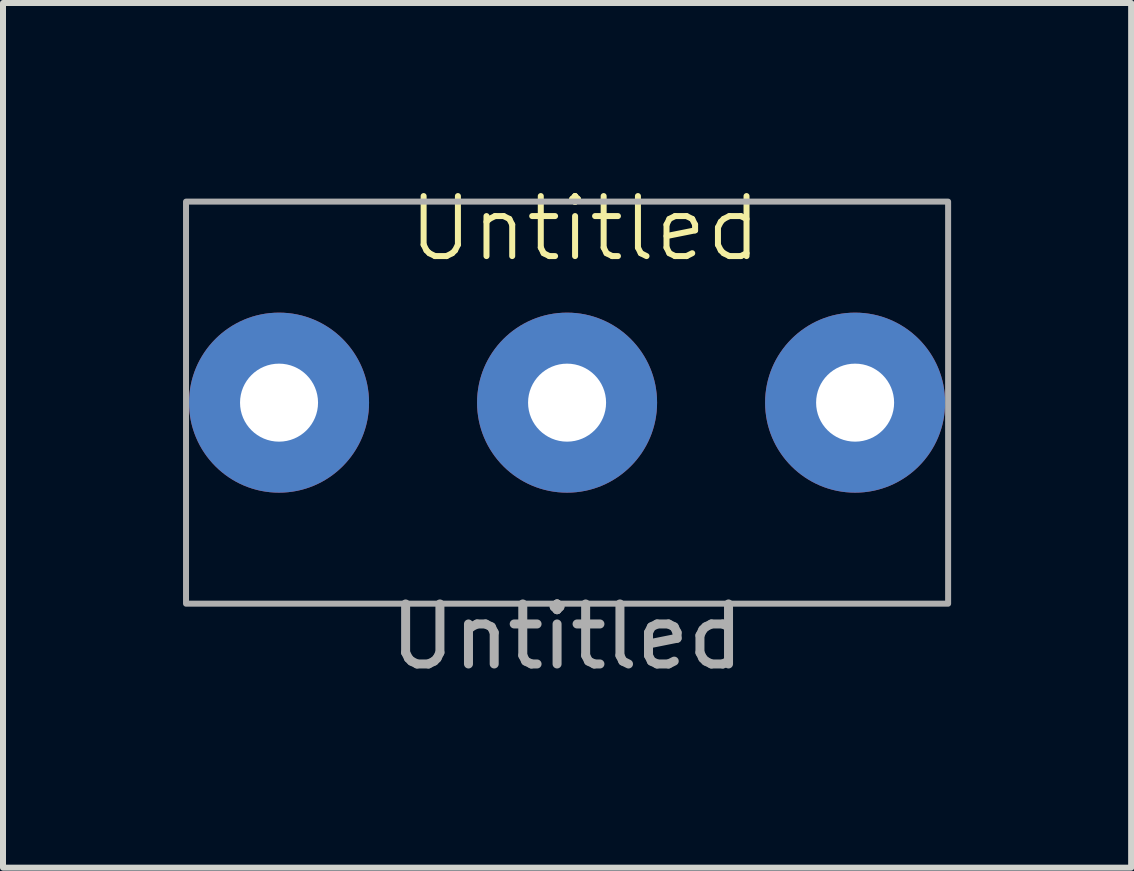
<source format=kicad_pcb>
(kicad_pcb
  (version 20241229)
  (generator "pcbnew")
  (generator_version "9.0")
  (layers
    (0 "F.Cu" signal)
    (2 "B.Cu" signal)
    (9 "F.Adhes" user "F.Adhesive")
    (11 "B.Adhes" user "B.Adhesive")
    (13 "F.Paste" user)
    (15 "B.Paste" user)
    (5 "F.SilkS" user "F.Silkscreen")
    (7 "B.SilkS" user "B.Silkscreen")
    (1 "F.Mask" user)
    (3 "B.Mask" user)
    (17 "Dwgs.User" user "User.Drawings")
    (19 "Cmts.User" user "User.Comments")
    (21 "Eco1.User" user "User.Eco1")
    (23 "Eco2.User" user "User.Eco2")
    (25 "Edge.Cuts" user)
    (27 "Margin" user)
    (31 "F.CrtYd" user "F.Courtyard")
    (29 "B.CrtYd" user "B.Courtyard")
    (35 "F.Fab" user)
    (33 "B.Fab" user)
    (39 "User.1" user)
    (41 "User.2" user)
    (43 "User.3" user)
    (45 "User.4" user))
  (footprint "Untitled"
    (layer "F.Cu")
    (at 6.4 3.66)
    (property "Reference" "Untitled" (at 0.3 -2.9 0) (unlocked yes) (layer "F.SilkS") (effects (font (size 1 1) (thickness 0.1))))
    (attr smd)
    (fp_rect (start -6.35 -3.35) (end 6.35 3.35) (stroke (width 0.1) (type solid)) (fill no) (layer "F.Fab"))
    (fp_text user "${REFERENCE}" (at 0 3.9 0) (unlocked yes) (layer "F.Fab") (effects (font (size 1 1) (thickness 0.15))))
    (pad "1" thru_hole circle (at -4.8 0) (size 3 3) (drill 1.3) (layers "*.Cu" "*.Mask"))
    (pad "2" thru_hole circle (at 0 0) (size 3 3) (drill 1.3) (layers "*.Cu" "*.Mask"))
    (pad "3" thru_hole circle (at 4.8 0) (size 3 3) (drill 1.3) (layers "*.Cu" "*.Mask")))
  (gr_rect
    (start -3 -3)
    (end 15.8 11.409)
    (stroke (width 0.1) (type default))
    (fill no)
    (layer "Edge.Cuts")))
</source>
